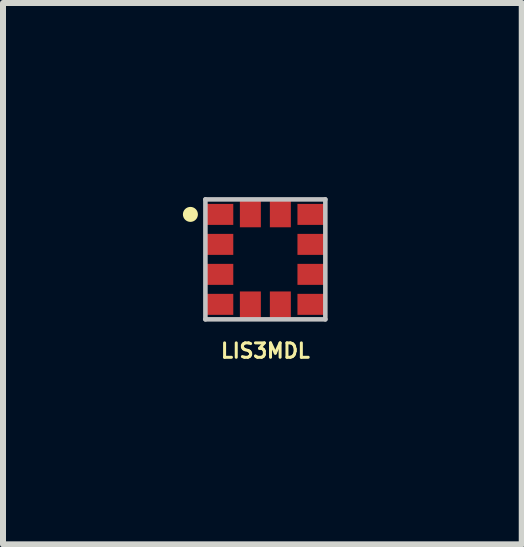
<source format=kicad_pcb>
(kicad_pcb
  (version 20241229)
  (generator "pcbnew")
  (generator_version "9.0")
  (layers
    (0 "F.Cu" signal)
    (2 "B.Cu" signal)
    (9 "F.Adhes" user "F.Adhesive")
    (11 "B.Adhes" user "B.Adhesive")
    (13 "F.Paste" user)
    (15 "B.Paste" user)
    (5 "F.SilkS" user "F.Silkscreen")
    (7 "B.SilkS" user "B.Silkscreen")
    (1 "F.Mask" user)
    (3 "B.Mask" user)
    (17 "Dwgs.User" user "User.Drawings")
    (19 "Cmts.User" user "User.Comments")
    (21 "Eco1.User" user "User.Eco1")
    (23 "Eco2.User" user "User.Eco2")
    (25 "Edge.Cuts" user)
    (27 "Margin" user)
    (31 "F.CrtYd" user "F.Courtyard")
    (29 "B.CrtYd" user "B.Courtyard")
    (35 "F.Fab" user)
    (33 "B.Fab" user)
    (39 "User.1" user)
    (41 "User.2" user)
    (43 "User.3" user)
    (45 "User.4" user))
  (footprint "LIS3MDL"
    (layer "F.Cu")
    (at 1.375 1.275)
    (property "Reference" "LIS3MDL" (at 0 1.524 0) (layer "F.SilkS") (effects (font (size 0.24 0.24) (thickness 0.05))))
    (attr smd)
    (fp_poly (pts (xy -1.012 0.05) (xy -0.51 0.05) (xy -0.51 0.451) (xy -1.012 0.451)) (stroke (width 0) (type solid)) (fill yes) (layer "F.Mask"))
    (fp_poly (pts (xy -1.012 -0.45) (xy -0.51 -0.45) (xy -0.51 -0.05) (xy -1.012 -0.05)) (stroke (width 0) (type solid)) (fill yes) (layer "F.Mask"))
    (fp_poly (pts (xy -1.012 -0.95) (xy -0.51 -0.95) (xy -0.51 -0.551) (xy -1.012 -0.551)) (stroke (width 0) (type solid)) (fill yes) (layer "F.Mask"))
    (fp_poly (pts (xy -1.01 0.55) (xy -0.51 0.55) (xy -0.51 0.95) (xy -1.01 0.95)) (stroke (width 0) (type solid)) (fill yes) (layer "F.Mask"))
    (fp_poly (pts (xy -0.45 1.01) (xy -0.45 0.51) (xy -0.05 0.51) (xy -0.05 1.01)) (stroke (width 0) (type solid)) (fill yes) (layer "F.Mask"))
    (fp_poly (pts (xy -0.051 -1.011) (xy -0.051 -0.51) (xy -0.45 -0.51) (xy -0.45 -1.011)) (stroke (width 0) (type solid)) (fill yes) (layer "F.Mask"))
    (fp_poly (pts (xy 0.05 1.01) (xy 0.05 0.51) (xy 0.45 0.51) (xy 0.45 1.01)) (stroke (width 0) (type solid)) (fill yes) (layer "F.Mask"))
    (fp_poly (pts (xy 0.45 -1.01) (xy 0.45 -0.51) (xy 0.05 -0.51) (xy 0.05 -1.01)) (stroke (width 0) (type solid)) (fill yes) (layer "F.Mask"))
    (fp_poly (pts (xy 1.01 -0.55) (xy 0.51 -0.55) (xy 0.51 -0.95) (xy 1.01 -0.95)) (stroke (width 0) (type solid)) (fill yes) (layer "F.Mask"))
    (fp_poly (pts (xy 1.01 -0.05) (xy 0.51 -0.05) (xy 0.51 -0.45) (xy 1.01 -0.45)) (stroke (width 0) (type solid)) (fill yes) (layer "F.Mask"))
    (fp_poly (pts (xy 1.01 0.451) (xy 0.511 0.451) (xy 0.511 0.05) (xy 1.01 0.05)) (stroke (width 0) (type solid)) (fill yes) (layer "F.Mask"))
    (fp_poly (pts (xy 1.01 0.951) (xy 0.511 0.951) (xy 0.511 0.55) (xy 1.01 0.55)) (stroke (width 0) (type solid)) (fill yes) (layer "F.Mask"))
    (fp_circle (center -1.25 -0.75) (end -1.125 -0.75) (stroke (width 0) (type solid)) (fill yes) (layer "F.SilkS"))
    (fp_line (start -1 -1) (end -1 1) (stroke (width 0.076) (type solid)) (layer "Dwgs.User"))
    (fp_line (start -1 1) (end 1 1) (stroke (width 0.076) (type solid)) (layer "Dwgs.User"))
    (fp_line (start 1 -1) (end -1 -1) (stroke (width 0.076) (type solid)) (layer "Dwgs.User"))
    (fp_line (start 1 1) (end 1 -1) (stroke (width 0.076) (type solid)) (layer "Dwgs.User"))
    (fp_line (start -1.25 -1.25) (end -1.25 1.25) (stroke (width 0.05) (type solid)) (layer "Eco1.User"))
    (fp_line (start -1.25 1.25) (end 1.25 1.25) (stroke (width 0.05) (type solid)) (layer "Eco1.User"))
    (fp_line (start 1.25 -1.25) (end -1.25 -1.25) (stroke (width 0.05) (type solid)) (layer "Eco1.User"))
    (fp_line (start 1.25 1.25) (end 1.25 -1.25) (stroke (width 0.05) (type solid)) (layer "Eco1.User"))
    (pad "1" smd rect (at -0.76 -0.75) (size 0.45 0.35) (layers "F.Cu" "F.Mask" "F.Paste"))
    (pad "2" smd rect (at -0.76 -0.25) (size 0.45 0.35) (layers "F.Cu" "F.Mask" "F.Paste"))
    (pad "3" smd rect (at -0.76 0.25) (size 0.45 0.35) (layers "F.Cu" "F.Mask" "F.Paste"))
    (pad "4" smd rect (at -0.76 0.75) (size 0.45 0.35) (layers "F.Cu" "F.Mask" "F.Paste"))
    (pad "5" smd rect (at -0.25 0.76 90) (size 0.45 0.35) (layers "F.Cu" "F.Mask" "F.Paste"))
    (pad "6" smd rect (at 0.25 0.76 90) (size 0.45 0.35) (layers "F.Cu" "F.Mask" "F.Paste"))
    (pad "7" smd rect (at 0.76 0.75 180) (size 0.45 0.35) (layers "F.Cu" "F.Mask" "F.Paste"))
    (pad "8" smd rect (at 0.76 0.25 180) (size 0.45 0.35) (layers "F.Cu" "F.Mask" "F.Paste"))
    (pad "9" smd rect (at 0.76 -0.25 180) (size 0.45 0.35) (layers "F.Cu" "F.Mask" "F.Paste"))
    (pad "10" smd rect (at 0.76 -0.75 180) (size 0.45 0.35) (layers "F.Cu" "F.Mask" "F.Paste"))
    (pad "11" smd rect (at 0.25 -0.76 270) (size 0.45 0.35) (layers "F.Cu" "F.Mask" "F.Paste"))
    (pad "12" smd rect (at -0.25 -0.76 270) (size 0.45 0.35) (layers "F.Cu" "F.Mask" "F.Paste")))
  (gr_rect
    (start -3 -3)
    (end 5.65 6.027)
    (stroke (width 0.1) (type default))
    (fill no)
    (layer "Edge.Cuts")))
</source>
